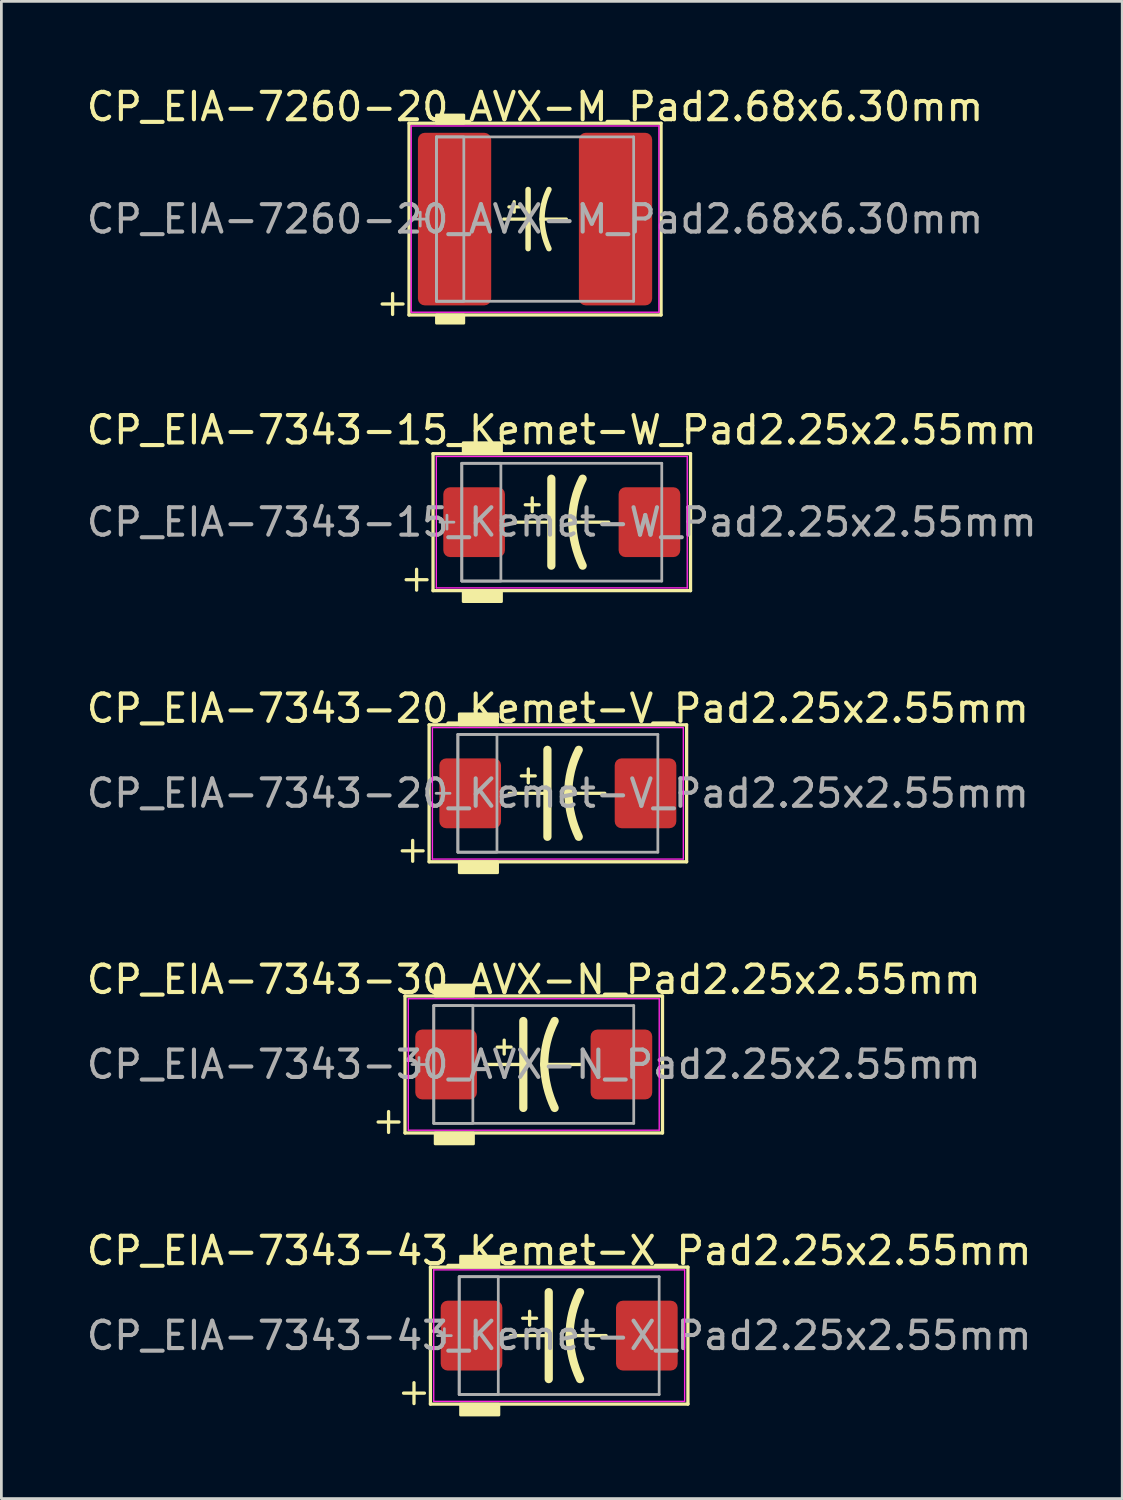
<source format=kicad_pcb>
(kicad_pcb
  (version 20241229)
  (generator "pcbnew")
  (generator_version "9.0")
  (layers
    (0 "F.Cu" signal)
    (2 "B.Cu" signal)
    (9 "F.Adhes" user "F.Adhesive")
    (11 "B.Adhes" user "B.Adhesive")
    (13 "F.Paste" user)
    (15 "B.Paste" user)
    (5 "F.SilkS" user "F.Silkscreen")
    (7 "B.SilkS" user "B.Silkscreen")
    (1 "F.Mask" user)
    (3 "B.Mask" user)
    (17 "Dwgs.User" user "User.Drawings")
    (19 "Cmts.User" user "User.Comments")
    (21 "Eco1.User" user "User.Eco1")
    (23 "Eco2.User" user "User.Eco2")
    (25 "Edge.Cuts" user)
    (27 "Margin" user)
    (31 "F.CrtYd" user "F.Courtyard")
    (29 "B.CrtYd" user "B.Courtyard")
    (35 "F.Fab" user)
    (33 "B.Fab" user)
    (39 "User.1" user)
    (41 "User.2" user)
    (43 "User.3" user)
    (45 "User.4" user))
  (footprint "CP_EIA-7343-20_Kemet-V_Pad2.25x2.55mm"
    (layer "F.Cu")
    (at 17.315 25.91)
    (property "Reference" "CP_EIA-7343-20_Kemet-V_Pad2.25x2.55mm" (at 0 -3.1 0) (layer "F.SilkS") (effects (font (size 1 1) (thickness 0.15))))
    (attr smd)
    (fp_line (start -5.681 2.1) (end -4.919 2.1) (stroke (width 0.12) (type solid)) (layer "F.SilkS"))
    (fp_line (start -5.3 1.719) (end -5.3 2.481) (stroke (width 0.12) (type solid)) (layer "F.SilkS"))
    (fp_line (start -4.7 -2.5) (end -4.7 2.5) (stroke (width 0.12) (type solid)) (layer "F.SilkS"))
    (fp_line (start -4.7 2.5) (end 4.7 2.5) (stroke (width 0.12) (type solid)) (layer "F.SilkS"))
    (fp_line (start -1.778 0) (end -0.381 0) (stroke (width 0.12) (type solid)) (layer "F.SilkS"))
    (fp_line (start -1.079 -0.381) (end -1.079 -0.889) (stroke (width 0.12) (type solid)) (layer "F.SilkS"))
    (fp_line (start -0.826 -0.635) (end -1.333 -0.635) (stroke (width 0.12) (type solid)) (layer "F.SilkS"))
    (fp_line (start -0.381 -1.587) (end -0.381 1.587) (stroke (width 0.3) (type solid)) (layer "F.SilkS"))
    (fp_line (start 1.714 0) (end 0.381 0) (stroke (width 0.12) (type solid)) (layer "F.SilkS"))
    (fp_line (start 4.7 -2.5) (end -4.7 -2.5) (stroke (width 0.12) (type solid)) (layer "F.SilkS"))
    (fp_line (start 4.7 2.5) (end 4.7 -2.5) (stroke (width 0.12) (type solid)) (layer "F.SilkS"))
    (fp_arc (start 0.381 0) (mid 0.477553 -0.816297) (end 0.762 -1.5875) (stroke (width 0.3) (type solid)) (layer "F.SilkS"))
    (fp_arc (start 0.762 1.5875) (mid 0.488774 0.813604) (end 0.381 0) (stroke (width 0.3) (type solid)) (layer "F.SilkS"))
    (fp_poly (pts (xy -2.2 -2.5) (xy -3.6 -2.5) (xy -3.6 -2.9) (xy -2.2 -2.9)) (stroke (width 0.1) (type solid)) (fill yes) (layer "F.SilkS"))
    (fp_poly (pts (xy -2.2 2.9) (xy -3.6 2.9) (xy -3.6 2.5) (xy -2.2 2.5)) (stroke (width 0.1) (type solid)) (fill yes) (layer "F.SilkS"))
    (fp_line (start -4.58 -2.4) (end 4.58 -2.4) (stroke (width 0.05) (type solid)) (layer "F.CrtYd"))
    (fp_line (start -4.58 2.4) (end -4.58 -2.4) (stroke (width 0.05) (type solid)) (layer "F.CrtYd"))
    (fp_line (start 4.58 -2.4) (end 4.58 2.4) (stroke (width 0.05) (type solid)) (layer "F.CrtYd"))
    (fp_line (start 4.58 2.4) (end -4.58 2.4) (stroke (width 0.05) (type solid)) (layer "F.CrtYd"))
    (fp_line (start -4.191 -0.254) (end -4.191 0.254) (stroke (width 0.1) (type solid)) (layer "F.Fab"))
    (fp_line (start -3.937 0) (end -4.445 0) (stroke (width 0.1) (type solid)) (layer "F.Fab"))
    (fp_line (start -3.65 -2.15) (end -3.65 2.15) (stroke (width 0.1) (type solid)) (layer "F.Fab"))
    (fp_line (start -3.65 2.15) (end 3.65 2.15) (stroke (width 0.1) (type solid)) (layer "F.Fab"))
    (fp_line (start 3.65 -2.15) (end -3.65 -2.15) (stroke (width 0.1) (type solid)) (layer "F.Fab"))
    (fp_line (start 3.65 2.15) (end 3.65 -2.15) (stroke (width 0.1) (type solid)) (layer "F.Fab"))
    (fp_rect (start -3.65 -2.15) (end -2.223 2.15) (stroke (width 0.1) (type solid)) (fill no) (layer "F.Fab"))
    (fp_text user "${REFERENCE}" (at 0 0 0) (layer "F.Fab") (effects (font (size 1 1) (thickness 0.15))))
    (pad "1" smd roundrect (at -3.2 0) (size 2.25 2.55) (layers "F.Cu" "F.Mask" "F.Paste") (roundrect_rratio 0.111))
    (pad "2" smd roundrect (at 3.2 0) (size 2.25 2.55) (layers "F.Cu" "F.Mask" "F.Paste") (roundrect_rratio 0.111)))
  (footprint "CP_EIA-7343-43_Kemet-X_Pad2.25x2.55mm"
    (layer "F.Cu")
    (at 17.363 45.707)
    (property "Reference" "CP_EIA-7343-43_Kemet-X_Pad2.25x2.55mm" (at 0 -3.1 0) (layer "F.SilkS") (effects (font (size 1 1) (thickness 0.15))))
    (attr smd)
    (fp_line (start -5.681 2.1) (end -4.919 2.1) (stroke (width 0.12) (type solid)) (layer "F.SilkS"))
    (fp_line (start -5.3 1.719) (end -5.3 2.481) (stroke (width 0.12) (type solid)) (layer "F.SilkS"))
    (fp_line (start -4.7 -2.5) (end -4.7 2.5) (stroke (width 0.12) (type solid)) (layer "F.SilkS"))
    (fp_line (start -4.7 2.5) (end 4.7 2.5) (stroke (width 0.12) (type solid)) (layer "F.SilkS"))
    (fp_line (start -1.778 0) (end -0.381 0) (stroke (width 0.12) (type solid)) (layer "F.SilkS"))
    (fp_line (start -1.079 -0.381) (end -1.079 -0.889) (stroke (width 0.12) (type solid)) (layer "F.SilkS"))
    (fp_line (start -0.826 -0.635) (end -1.333 -0.635) (stroke (width 0.12) (type solid)) (layer "F.SilkS"))
    (fp_line (start -0.381 -1.587) (end -0.381 1.587) (stroke (width 0.3) (type solid)) (layer "F.SilkS"))
    (fp_line (start 1.714 0) (end 0.381 0) (stroke (width 0.12) (type solid)) (layer "F.SilkS"))
    (fp_line (start 4.7 -2.5) (end -4.7 -2.5) (stroke (width 0.12) (type solid)) (layer "F.SilkS"))
    (fp_line (start 4.7 2.5) (end 4.7 -2.5) (stroke (width 0.12) (type solid)) (layer "F.SilkS"))
    (fp_arc (start 0.381 0) (mid 0.477553 -0.816297) (end 0.762 -1.5875) (stroke (width 0.3) (type solid)) (layer "F.SilkS"))
    (fp_arc (start 0.762 1.5875) (mid 0.488774 0.813604) (end 0.381 0) (stroke (width 0.3) (type solid)) (layer "F.SilkS"))
    (fp_poly (pts (xy -2.2 -2.5) (xy -3.6 -2.5) (xy -3.6 -2.9) (xy -2.2 -2.9)) (stroke (width 0.1) (type solid)) (fill yes) (layer "F.SilkS"))
    (fp_poly (pts (xy -2.2 2.9) (xy -3.6 2.9) (xy -3.6 2.5) (xy -2.2 2.5)) (stroke (width 0.1) (type solid)) (fill yes) (layer "F.SilkS"))
    (fp_line (start -4.58 -2.4) (end 4.58 -2.4) (stroke (width 0.05) (type solid)) (layer "F.CrtYd"))
    (fp_line (start -4.58 2.4) (end -4.58 -2.4) (stroke (width 0.05) (type solid)) (layer "F.CrtYd"))
    (fp_line (start 4.58 -2.4) (end 4.58 2.4) (stroke (width 0.05) (type solid)) (layer "F.CrtYd"))
    (fp_line (start 4.58 2.4) (end -4.58 2.4) (stroke (width 0.05) (type solid)) (layer "F.CrtYd"))
    (fp_line (start -4.191 -0.254) (end -4.191 0.254) (stroke (width 0.1) (type solid)) (layer "F.Fab"))
    (fp_line (start -3.937 0) (end -4.445 0) (stroke (width 0.1) (type solid)) (layer "F.Fab"))
    (fp_line (start -3.65 -2.15) (end -3.65 2.15) (stroke (width 0.1) (type solid)) (layer "F.Fab"))
    (fp_line (start -3.65 2.15) (end 3.65 2.15) (stroke (width 0.1) (type solid)) (layer "F.Fab"))
    (fp_line (start 3.65 -2.15) (end -3.65 -2.15) (stroke (width 0.1) (type solid)) (layer "F.Fab"))
    (fp_line (start 3.65 2.15) (end 3.65 -2.15) (stroke (width 0.1) (type solid)) (layer "F.Fab"))
    (fp_rect (start -3.65 -2.15) (end -2.223 2.15) (stroke (width 0.1) (type solid)) (fill no) (layer "F.Fab"))
    (fp_text user "${REFERENCE}" (at 0 0 0) (layer "F.Fab") (effects (font (size 1 1) (thickness 0.15))))
    (pad "1" smd roundrect (at -3.2 0) (size 2.25 2.55) (layers "F.Cu" "F.Mask" "F.Paste") (roundrect_rratio 0.111))
    (pad "2" smd roundrect (at 3.2 0) (size 2.25 2.55) (layers "F.Cu" "F.Mask" "F.Paste") (roundrect_rratio 0.111)))
  (footprint "CP_EIA-7260-20_AVX-M_Pad2.68x6.30mm"
    (layer "F.Cu")
    (at 16.482 4.948)
    (property "Reference" "CP_EIA-7260-20_AVX-M_Pad2.68x6.30mm" (at 0 -4.1 0) (layer "F.SilkS") (effects (font (size 1 1) (thickness 0.15))))
    (attr smd)
    (fp_line (start -5.581 3.1) (end -4.819 3.1) (stroke (width 0.12) (type solid)) (layer "F.SilkS"))
    (fp_line (start -5.2 2.719) (end -5.2 3.481) (stroke (width 0.12) (type solid)) (layer "F.SilkS"))
    (fp_line (start -4.6 -3.5) (end -4.6 3.5) (stroke (width 0.12) (type solid)) (layer "F.SilkS"))
    (fp_line (start -4.6 -3.5) (end 4.6 -3.5) (stroke (width 0.12) (type solid)) (layer "F.SilkS"))
    (fp_line (start -4.6 3.5) (end 4.6 3.5) (stroke (width 0.12) (type solid)) (layer "F.SilkS"))
    (fp_line (start -1.143 0) (end -0.254 0) (stroke (width 0.12) (type solid)) (layer "F.SilkS"))
    (fp_line (start -0.762 -0.254) (end -0.762 -0.635) (stroke (width 0.12) (type solid)) (layer "F.SilkS"))
    (fp_line (start -0.572 -0.445) (end -0.953 -0.445) (stroke (width 0.12) (type solid)) (layer "F.SilkS"))
    (fp_line (start -0.254 -1.079) (end -0.254 1.079) (stroke (width 0.2) (type solid)) (layer "F.SilkS"))
    (fp_line (start 1.143 0) (end 0.254 0) (stroke (width 0.12) (type solid)) (layer "F.SilkS"))
    (fp_line (start 4.6 -3.5) (end 4.6 3.5) (stroke (width 0.12) (type solid)) (layer "F.SilkS"))
    (fp_arc (start 0.254 0) (mid 0.318254 -0.554514) (end 0.508 -1.0795) (stroke (width 0.2) (type solid)) (layer "F.SilkS"))
    (fp_arc (start 0.508 1.0795) (mid 0.325879 0.55272) (end 0.254 0) (stroke (width 0.2) (type solid)) (layer "F.SilkS"))
    (fp_poly (pts (xy -2.6 -3.5) (xy -3.6 -3.5) (xy -3.6 -3.8) (xy -2.6 -3.8)) (stroke (width 0.1) (type solid)) (fill yes) (layer "F.SilkS"))
    (fp_poly (pts (xy -2.6 3.8) (xy -3.6 3.8) (xy -3.6 3.5) (xy -2.6 3.5)) (stroke (width 0.1) (type solid)) (fill yes) (layer "F.SilkS"))
    (fp_line (start -4.52 -3.4) (end 4.52 -3.4) (stroke (width 0.05) (type solid)) (layer "F.CrtYd"))
    (fp_line (start -4.52 3.4) (end -4.52 -3.4) (stroke (width 0.05) (type solid)) (layer "F.CrtYd"))
    (fp_line (start 4.52 -3.4) (end 4.52 3.4) (stroke (width 0.05) (type solid)) (layer "F.CrtYd"))
    (fp_line (start 4.52 3.4) (end -4.52 3.4) (stroke (width 0.05) (type solid)) (layer "F.CrtYd"))
    (fp_line (start -4.191 -0.254) (end -4.191 0.254) (stroke (width 0.1) (type solid)) (layer "F.Fab"))
    (fp_line (start -3.937 0) (end -4.445 0) (stroke (width 0.1) (type solid)) (layer "F.Fab"))
    (fp_line (start -3.6 -3) (end -3.6 3) (stroke (width 0.1) (type solid)) (layer "F.Fab"))
    (fp_line (start -3.6 3) (end 3.6 3) (stroke (width 0.1) (type solid)) (layer "F.Fab"))
    (fp_line (start 3.6 -3) (end -3.6 -3) (stroke (width 0.1) (type solid)) (layer "F.Fab"))
    (fp_line (start 3.6 3) (end 3.6 -3) (stroke (width 0.1) (type solid)) (layer "F.Fab"))
    (fp_rect (start -3.6 -3) (end -2.6 3) (stroke (width 0.1) (type solid)) (fill no) (layer "F.Fab"))
    (fp_text user "${REFERENCE}" (at 0 0 0) (layer "F.Fab") (effects (font (size 1 1) (thickness 0.15))))
    (pad "1" smd roundrect (at -2.938 0) (size 2.675 6.3) (layers "F.Cu" "F.Mask" "F.Paste") (roundrect_rratio 0.093))
    (pad "2" smd roundrect (at 2.938 0) (size 2.675 6.3) (layers "F.Cu" "F.Mask" "F.Paste") (roundrect_rratio 0.093)))
  (footprint "CP_EIA-7343-15_Kemet-W_Pad2.25x2.55mm"
    (layer "F.Cu")
    (at 17.458 16.012)
    (property "Reference" "CP_EIA-7343-15_Kemet-W_Pad2.25x2.55mm" (at 0 -3.365 0) (layer "F.SilkS") (effects (font (size 1 1) (thickness 0.15))))
    (attr smd)
    (fp_line (start -5.681 2.1) (end -4.919 2.1) (stroke (width 0.12) (type solid)) (layer "F.SilkS"))
    (fp_line (start -5.3 1.719) (end -5.3 2.481) (stroke (width 0.12) (type solid)) (layer "F.SilkS"))
    (fp_line (start -4.7 -2.5) (end -4.7 2.5) (stroke (width 0.12) (type solid)) (layer "F.SilkS"))
    (fp_line (start -4.7 2.5) (end 4.7 2.5) (stroke (width 0.12) (type solid)) (layer "F.SilkS"))
    (fp_line (start -1.778 0) (end -0.381 0) (stroke (width 0.12) (type solid)) (layer "F.SilkS"))
    (fp_line (start -1.079 -0.381) (end -1.079 -0.889) (stroke (width 0.12) (type solid)) (layer "F.SilkS"))
    (fp_line (start -0.826 -0.635) (end -1.333 -0.635) (stroke (width 0.12) (type solid)) (layer "F.SilkS"))
    (fp_line (start -0.381 -1.587) (end -0.381 1.587) (stroke (width 0.3) (type solid)) (layer "F.SilkS"))
    (fp_line (start 1.714 0) (end 0.381 0) (stroke (width 0.12) (type solid)) (layer "F.SilkS"))
    (fp_line (start 4.7 -2.5) (end -4.7 -2.5) (stroke (width 0.12) (type solid)) (layer "F.SilkS"))
    (fp_line (start 4.7 2.5) (end 4.7 -2.5) (stroke (width 0.12) (type solid)) (layer "F.SilkS"))
    (fp_arc (start 0.381 0) (mid 0.477553 -0.816297) (end 0.762 -1.5875) (stroke (width 0.3) (type solid)) (layer "F.SilkS"))
    (fp_arc (start 0.762 1.5875) (mid 0.488774 0.813604) (end 0.381 0) (stroke (width 0.3) (type solid)) (layer "F.SilkS"))
    (fp_poly (pts (xy -2.2 -2.5) (xy -3.6 -2.5) (xy -3.6 -2.9) (xy -2.2 -2.9)) (stroke (width 0.1) (type solid)) (fill yes) (layer "F.SilkS"))
    (fp_poly (pts (xy -2.2 2.9) (xy -3.6 2.9) (xy -3.6 2.5) (xy -2.2 2.5)) (stroke (width 0.1) (type solid)) (fill yes) (layer "F.SilkS"))
    (fp_line (start -4.58 -2.4) (end 4.58 -2.4) (stroke (width 0.05) (type solid)) (layer "F.CrtYd"))
    (fp_line (start -4.58 2.4) (end -4.58 -2.4) (stroke (width 0.05) (type solid)) (layer "F.CrtYd"))
    (fp_line (start 4.58 -2.4) (end 4.58 2.4) (stroke (width 0.05) (type solid)) (layer "F.CrtYd"))
    (fp_line (start 4.58 2.4) (end -4.58 2.4) (stroke (width 0.05) (type solid)) (layer "F.CrtYd"))
    (fp_line (start -4.191 -0.254) (end -4.191 0.254) (stroke (width 0.1) (type solid)) (layer "F.Fab"))
    (fp_line (start -3.937 0) (end -4.445 0) (stroke (width 0.1) (type solid)) (layer "F.Fab"))
    (fp_line (start -3.65 -2.15) (end -3.65 2.15) (stroke (width 0.1) (type solid)) (layer "F.Fab"))
    (fp_line (start -3.65 2.15) (end 3.65 2.15) (stroke (width 0.1) (type solid)) (layer "F.Fab"))
    (fp_line (start 3.65 -2.15) (end -3.65 -2.15) (stroke (width 0.1) (type solid)) (layer "F.Fab"))
    (fp_line (start 3.65 2.15) (end 3.65 -2.15) (stroke (width 0.1) (type solid)) (layer "F.Fab"))
    (fp_rect (start -3.65 -2.15) (end -2.223 2.15) (stroke (width 0.1) (type solid)) (fill no) (layer "F.Fab"))
    (fp_text user "${REFERENCE}" (at 0 0 0) (layer "F.Fab") (effects (font (size 1 1) (thickness 0.15))))
    (pad "1" smd roundrect (at -3.2 0) (size 2.25 2.55) (layers "F.Cu" "F.Mask" "F.Paste") (roundrect_rratio 0.111))
    (pad "2" smd roundrect (at 3.2 0) (size 2.25 2.55) (layers "F.Cu" "F.Mask" "F.Paste") (roundrect_rratio 0.111)))
  (footprint "CP_EIA-7343-30_AVX-N_Pad2.25x2.55mm"
    (layer "F.Cu")
    (at 16.435 35.809)
    (property "Reference" "CP_EIA-7343-30_AVX-N_Pad2.25x2.55mm" (at 0 -3.1 0) (layer "F.SilkS") (effects (font (size 1 1) (thickness 0.15))))
    (attr smd)
    (fp_line (start -5.681 2.1) (end -4.919 2.1) (stroke (width 0.12) (type solid)) (layer "F.SilkS"))
    (fp_line (start -5.3 1.719) (end -5.3 2.481) (stroke (width 0.12) (type solid)) (layer "F.SilkS"))
    (fp_line (start -4.7 -2.5) (end -4.7 2.5) (stroke (width 0.12) (type solid)) (layer "F.SilkS"))
    (fp_line (start -4.7 2.5) (end 4.7 2.5) (stroke (width 0.12) (type solid)) (layer "F.SilkS"))
    (fp_line (start -1.778 0) (end -0.381 0) (stroke (width 0.12) (type solid)) (layer "F.SilkS"))
    (fp_line (start -1.079 -0.381) (end -1.079 -0.889) (stroke (width 0.12) (type solid)) (layer "F.SilkS"))
    (fp_line (start -0.826 -0.635) (end -1.333 -0.635) (stroke (width 0.12) (type solid)) (layer "F.SilkS"))
    (fp_line (start -0.381 -1.587) (end -0.381 1.587) (stroke (width 0.3) (type solid)) (layer "F.SilkS"))
    (fp_line (start 1.714 0) (end 0.381 0) (stroke (width 0.12) (type solid)) (layer "F.SilkS"))
    (fp_line (start 4.7 -2.5) (end -4.7 -2.5) (stroke (width 0.12) (type solid)) (layer "F.SilkS"))
    (fp_line (start 4.7 2.5) (end 4.7 -2.5) (stroke (width 0.12) (type solid)) (layer "F.SilkS"))
    (fp_arc (start 0.381 0) (mid 0.477553 -0.816297) (end 0.762 -1.5875) (stroke (width 0.3) (type solid)) (layer "F.SilkS"))
    (fp_arc (start 0.762 1.5875) (mid 0.488774 0.813604) (end 0.381 0) (stroke (width 0.3) (type solid)) (layer "F.SilkS"))
    (fp_poly (pts (xy -2.2 -2.5) (xy -3.6 -2.5) (xy -3.6 -2.9) (xy -2.2 -2.9)) (stroke (width 0.1) (type solid)) (fill yes) (layer "F.SilkS"))
    (fp_poly (pts (xy -2.2 2.9) (xy -3.6 2.9) (xy -3.6 2.5) (xy -2.2 2.5)) (stroke (width 0.1) (type solid)) (fill yes) (layer "F.SilkS"))
    (fp_line (start -4.58 -2.4) (end 4.58 -2.4) (stroke (width 0.05) (type solid)) (layer "F.CrtYd"))
    (fp_line (start -4.58 2.4) (end -4.58 -2.4) (stroke (width 0.05) (type solid)) (layer "F.CrtYd"))
    (fp_line (start 4.58 -2.4) (end 4.58 2.4) (stroke (width 0.05) (type solid)) (layer "F.CrtYd"))
    (fp_line (start 4.58 2.4) (end -4.58 2.4) (stroke (width 0.05) (type solid)) (layer "F.CrtYd"))
    (fp_line (start -4.191 -0.254) (end -4.191 0.254) (stroke (width 0.1) (type solid)) (layer "F.Fab"))
    (fp_line (start -3.937 0) (end -4.445 0) (stroke (width 0.1) (type solid)) (layer "F.Fab"))
    (fp_line (start -3.65 -2.15) (end -3.65 2.15) (stroke (width 0.1) (type solid)) (layer "F.Fab"))
    (fp_line (start -3.65 2.15) (end 3.65 2.15) (stroke (width 0.1) (type solid)) (layer "F.Fab"))
    (fp_line (start 3.65 -2.15) (end -3.65 -2.15) (stroke (width 0.1) (type solid)) (layer "F.Fab"))
    (fp_line (start 3.65 2.15) (end 3.65 -2.15) (stroke (width 0.1) (type solid)) (layer "F.Fab"))
    (fp_rect (start -3.65 -2.15) (end -2.223 2.15) (stroke (width 0.1) (type solid)) (fill no) (layer "F.Fab"))
    (fp_text user "${REFERENCE}" (at 0 0 0) (layer "F.Fab") (effects (font (size 1 1) (thickness 0.15))))
    (pad "1" smd roundrect (at -3.2 0) (size 2.25 2.55) (layers "F.Cu" "F.Mask" "F.Paste") (roundrect_rratio 0.111))
    (pad "2" smd roundrect (at 3.2 0) (size 2.25 2.55) (layers "F.Cu" "F.Mask" "F.Paste") (roundrect_rratio 0.111)))
  (gr_rect
    (start -3 -3)
    (end 37.917 51.657)
    (stroke (width 0.1) (type default))
    (fill no)
    (layer "Edge.Cuts")))
</source>
